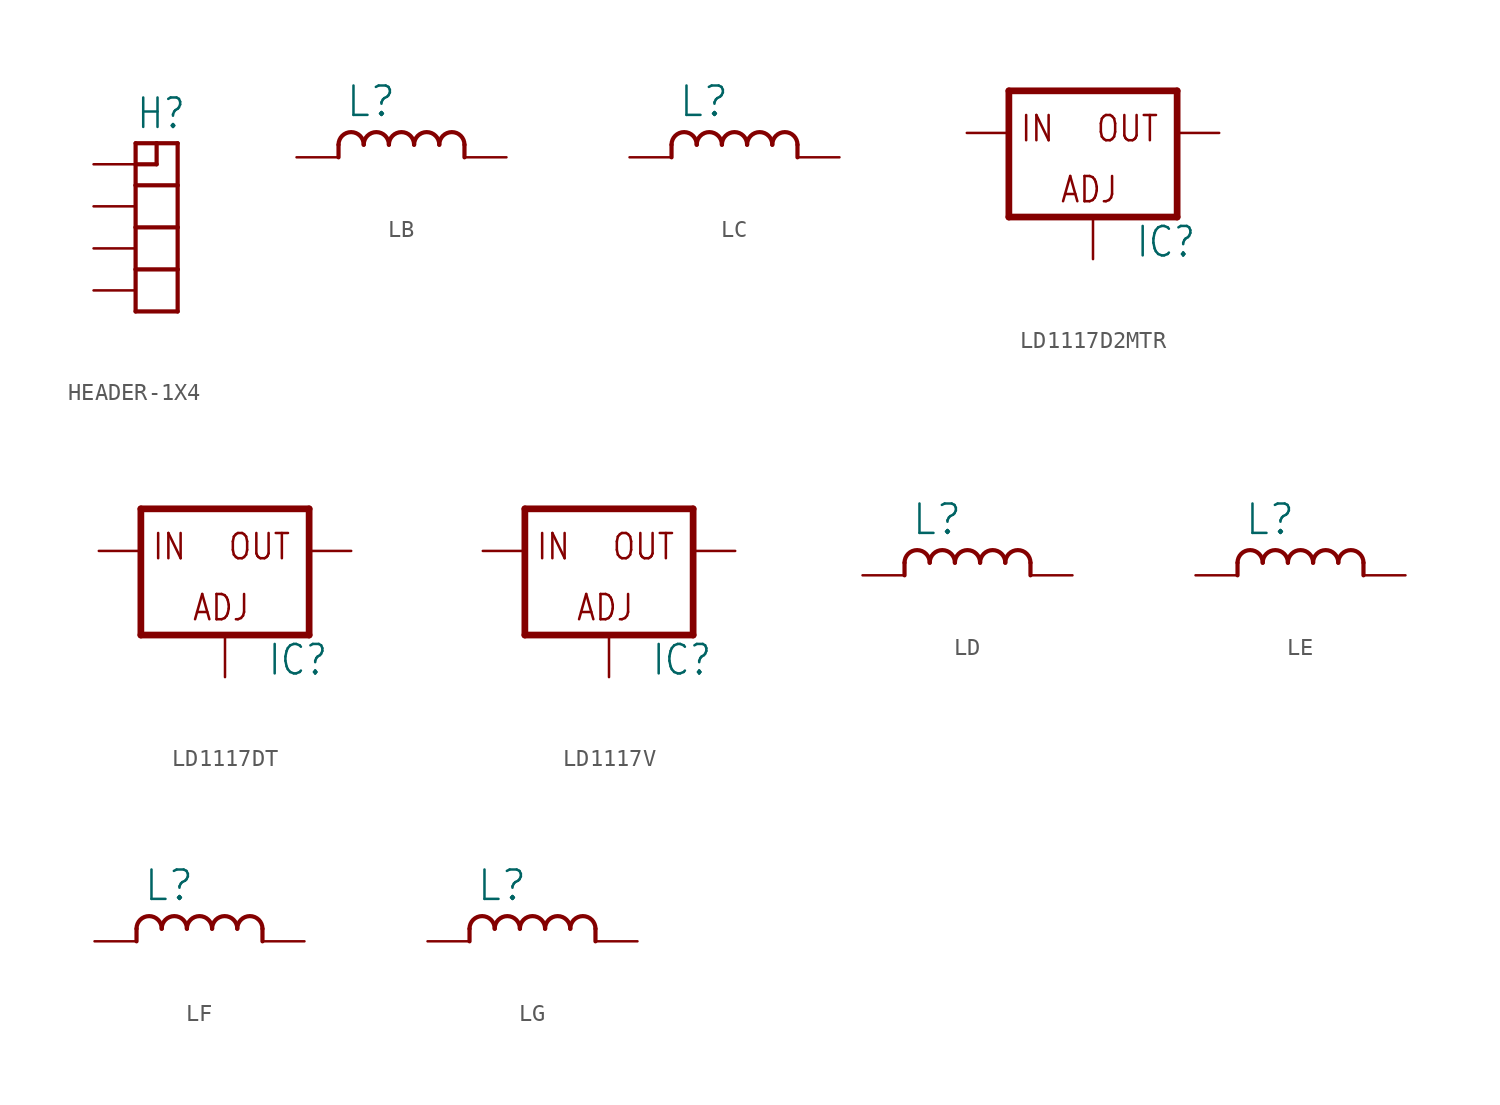
<source format=kicad_sym>
(kicad_symbol_lib
  (version 20231120)
  (generator "kicad_symbol_editor")
  (generator_version "8.0")
  (symbol "HEADER-1X4"
    (property "Reference" "H"
      (at 0 4.572 0)
      (effects (font (size 1.778 1.511)) (justify left bottom)))
    (property "Value" ""
      (at 0 -8.636 0)
      (effects (font (size 1.778 1.511)) (justify left bottom)))
    (property "ki_locked" ""
      (at 0 0 0)
      (effects (font (size 1.27 1.27))))
    (symbol "HEADER-1X4_1_0"
      (polyline (pts (xy 0 -6.35) (xy 0 -3.81)) (stroke (width 0.254) (type solid)) (fill (type none)))
      (polyline (pts (xy 0 -3.81) (xy 0 -1.27)) (stroke (width 0.254) (type solid)) (fill (type none)))
      (polyline (pts (xy 0 -1.27) (xy 2.54 -1.27)) (stroke (width 0.254) (type solid)) (fill (type none)))
      (polyline (pts (xy 0 1.27) (xy 0 -1.27)) (stroke (width 0.254) (type solid)) (fill (type none)))
      (polyline (pts (xy 0 2.54) (xy 0 1.27)) (stroke (width 0.254) (type solid)) (fill (type none)))
      (polyline (pts (xy 0 2.54) (xy 1.27 2.54)) (stroke (width 0.254) (type solid)) (fill (type none)))
      (polyline (pts (xy 0 3.81) (xy 0 2.54)) (stroke (width 0.254) (type solid)) (fill (type none)))
      (polyline (pts (xy 1.27 2.54) (xy 1.27 3.81)) (stroke (width 0.254) (type solid)) (fill (type none)))
      (polyline (pts (xy 1.27 3.81) (xy 0 3.81)) (stroke (width 0.254) (type solid)) (fill (type none)))
      (polyline (pts (xy 2.54 -6.35) (xy 0 -6.35)) (stroke (width 0.254) (type solid)) (fill (type none)))
      (polyline (pts (xy 2.54 -3.81) (xy 0 -3.81)) (stroke (width 0.254) (type solid)) (fill (type none)))
      (polyline (pts (xy 2.54 -3.81) (xy 2.54 -6.35)) (stroke (width 0.254) (type solid)) (fill (type none)))
      (polyline (pts (xy 2.54 -1.27) (xy 2.54 -3.81)) (stroke (width 0.254) (type solid)) (fill (type none)))
      (polyline (pts (xy 2.54 1.27) (xy 0 1.27)) (stroke (width 0.254) (type solid)) (fill (type none)))
      (polyline (pts (xy 2.54 1.27) (xy 2.54 -1.27)) (stroke (width 0.254) (type solid)) (fill (type none)))
      (polyline (pts (xy 2.54 3.81) (xy 1.27 3.81)) (stroke (width 0.254) (type solid)) (fill (type none)))
      (polyline (pts (xy 2.54 3.81) (xy 2.54 1.27)) (stroke (width 0.254) (type solid)) (fill (type none)))
      (pin bidirectional line (at -2.54 2.54 0) (length 2.54) (name "P$1" (effects (font (size 0 0)))) (number "P$1" (effects (font (size 0 0)))))
      (pin bidirectional line (at -2.54 0 0) (length 2.54) (name "P$2" (effects (font (size 0 0)))) (number "P$2" (effects (font (size 0 0)))))
      (pin bidirectional line (at -2.54 -2.54 0) (length 2.54) (name "P$3" (effects (font (size 0 0)))) (number "P$3" (effects (font (size 0 0)))))
      (pin bidirectional line (at -2.54 -5.08 0) (length 2.54) (name "P$4" (effects (font (size 0 0)))) (number "P$4" (effects (font (size 0 0)))))))
  (symbol "LB"
    (property "Reference" "L"
      (at -2.159 2.34 0)
      (effects (font (size 1.778 1.778)) (justify left bottom)))
    (property "Value" ""
      (at -2.794 -2.54 0)
      (effects (font (size 1.778 1.778)) (justify left bottom)))
    (property "ki_locked" ""
      (at 0 0 0)
      (effects (font (size 1.27 1.27))))
    (symbol "LB_1_0"
      (arc (start -1.016 0.7618) (mid -1.7779 1.5239) (end -2.54 0.762) (stroke (width 0.254) (type solid)) (fill (type none)))
      (polyline (pts (xy -2.54 0.762) (xy -2.54 0)) (stroke (width 0.254) (type solid)) (fill (type none)))
      (polyline (pts (xy 5.08 0.762) (xy 5.08 0)) (stroke (width 0.254) (type solid)) (fill (type none)))
      (arc (start 0.508 0.7618) (mid -0.2539 1.5239) (end -1.016 0.762) (stroke (width 0.254) (type solid)) (fill (type none)))
      (arc (start 2.032 0.7618) (mid 1.2701 1.5239) (end 0.508 0.762) (stroke (width 0.254) (type solid)) (fill (type none)))
      (arc (start 3.556 0.7618) (mid 2.7941 1.5239) (end 2.032 0.762) (stroke (width 0.254) (type solid)) (fill (type none)))
      (arc (start 5.08 0.7618) (mid 4.3181 1.5239) (end 3.556 0.762) (stroke (width 0.254) (type solid)) (fill (type none)))
      (pin passive line (at -5.08 0 0) (length 2.54) (name "1" (effects (font (size 0 0)))) (number "1" (effects (font (size 0 0)))))
      (pin passive line (at 7.62 0 180) (length 2.54) (name "4" (effects (font (size 0 0)))) (number "2" (effects (font (size 0 0)))))))
  (symbol "LC"
    (property "Reference" "L"
      (at -2.159 2.34 0)
      (effects (font (size 1.778 1.778)) (justify left bottom)))
    (property "Value" ""
      (at -2.794 -2.54 0)
      (effects (font (size 1.778 1.778)) (justify left bottom)))
    (property "ki_locked" ""
      (at 0 0 0)
      (effects (font (size 1.27 1.27))))
    (symbol "LC_1_0"
      (arc (start -1.016 0.7618) (mid -1.7779 1.5239) (end -2.54 0.762) (stroke (width 0.254) (type solid)) (fill (type none)))
      (polyline (pts (xy -2.54 0.762) (xy -2.54 0)) (stroke (width 0.254) (type solid)) (fill (type none)))
      (polyline (pts (xy 5.08 0.762) (xy 5.08 0)) (stroke (width 0.254) (type solid)) (fill (type none)))
      (arc (start 0.508 0.7618) (mid -0.2539 1.5239) (end -1.016 0.762) (stroke (width 0.254) (type solid)) (fill (type none)))
      (arc (start 2.032 0.7618) (mid 1.2701 1.5239) (end 0.508 0.762) (stroke (width 0.254) (type solid)) (fill (type none)))
      (arc (start 3.556 0.7618) (mid 2.7941 1.5239) (end 2.032 0.762) (stroke (width 0.254) (type solid)) (fill (type none)))
      (arc (start 5.08 0.7618) (mid 4.3181 1.5239) (end 3.556 0.762) (stroke (width 0.254) (type solid)) (fill (type none)))
      (pin passive line (at -5.08 0 0) (length 2.54) (name "1" (effects (font (size 0 0)))) (number "1" (effects (font (size 0 0)))))
      (pin passive line (at 7.62 0 180) (length 2.54) (name "4" (effects (font (size 0 0)))) (number "2" (effects (font (size 0 0)))))))
  (symbol "LD1117D2MTR"
    (property "Reference" "IC"
      (at 2.54 -7.62 0)
      (effects (font (size 1.778 1.511)) (justify left bottom)))
    (property "Value" ""
      (at 2.54 -10.16 0)
      (effects (font (size 1.778 1.511)) (justify left bottom)))
    (property "ki_locked" ""
      (at 0 0 0)
      (effects (font (size 1.27 1.27))))
    (symbol "LD1117D2MTR_1_0"
      (polyline (pts (xy -5.08 -5.08) (xy 5.08 -5.08)) (stroke (width 0.406) (type solid)) (fill (type none)))
      (polyline (pts (xy -5.08 2.54) (xy -5.08 -5.08)) (stroke (width 0.406) (type solid)) (fill (type none)))
      (polyline (pts (xy 5.08 -5.08) (xy 5.08 2.54)) (stroke (width 0.406) (type solid)) (fill (type none)))
      (polyline (pts (xy 5.08 2.54) (xy -5.08 2.54)) (stroke (width 0.406) (type solid)) (fill (type none)))
      (text "ADJ" (at -2.032 -4.318 0) (effects (font (size 1.524 1.295)) (justify left bottom)))
      (text "IN" (at -4.445 -0.635 0) (effects (font (size 1.524 1.295)) (justify left bottom)))
      (text "OUT" (at 0.127 -0.635 0) (effects (font (size 1.524 1.295)) (justify left bottom)))
      (pin input line (at 0 -7.62 90) (length 2.54) (name "ADJ" (effects (font (size 0 0)))) (number "1" (effects (font (size 0 0)))))
      (pin passive line (at 7.62 0 180) (length 2.54) (name "OUT" (effects (font (size 0 0)))) (number "2" (effects (font (size 0 0)))))
      (pin input line (at -7.62 0 0) (length 2.54) (name "IN" (effects (font (size 0 0)))) (number "3" (effects (font (size 0 0)))))))
  (symbol "LD1117DT"
    (property "Reference" "IC"
      (at 2.54 -7.62 0)
      (effects (font (size 1.778 1.511)) (justify left bottom)))
    (property "Value" ""
      (at 2.54 -10.16 0)
      (effects (font (size 1.778 1.511)) (justify left bottom)))
    (property "ki_locked" ""
      (at 0 0 0)
      (effects (font (size 1.27 1.27))))
    (symbol "LD1117DT_1_0"
      (polyline (pts (xy -5.08 -5.08) (xy 5.08 -5.08)) (stroke (width 0.406) (type solid)) (fill (type none)))
      (polyline (pts (xy -5.08 2.54) (xy -5.08 -5.08)) (stroke (width 0.406) (type solid)) (fill (type none)))
      (polyline (pts (xy 5.08 -5.08) (xy 5.08 2.54)) (stroke (width 0.406) (type solid)) (fill (type none)))
      (polyline (pts (xy 5.08 2.54) (xy -5.08 2.54)) (stroke (width 0.406) (type solid)) (fill (type none)))
      (text "ADJ" (at -2.032 -4.318 0) (effects (font (size 1.524 1.295)) (justify left bottom)))
      (text "IN" (at -4.445 -0.635 0) (effects (font (size 1.524 1.295)) (justify left bottom)))
      (text "OUT" (at 0.127 -0.635 0) (effects (font (size 1.524 1.295)) (justify left bottom)))
      (pin input line (at 0 -7.62 90) (length 2.54) (name "ADJ" (effects (font (size 0 0)))) (number "1" (effects (font (size 0 0)))))
      (pin input line (at -7.62 0 0) (length 2.54) (name "IN" (effects (font (size 0 0)))) (number "3" (effects (font (size 0 0)))))
      (pin passive line (at 7.62 0 180) (length 2.54) (name "OUT" (effects (font (size 0 0)))) (number "4" (effects (font (size 0 0)))))))
  (symbol "LD1117V"
    (property "Reference" "IC"
      (at 2.54 -7.62 0)
      (effects (font (size 1.778 1.511)) (justify left bottom)))
    (property "Value" ""
      (at 2.54 -10.16 0)
      (effects (font (size 1.778 1.511)) (justify left bottom)))
    (property "ki_locked" ""
      (at 0 0 0)
      (effects (font (size 1.27 1.27))))
    (symbol "LD1117V_1_0"
      (polyline (pts (xy -5.08 -5.08) (xy 5.08 -5.08)) (stroke (width 0.406) (type solid)) (fill (type none)))
      (polyline (pts (xy -5.08 2.54) (xy -5.08 -5.08)) (stroke (width 0.406) (type solid)) (fill (type none)))
      (polyline (pts (xy 5.08 -5.08) (xy 5.08 2.54)) (stroke (width 0.406) (type solid)) (fill (type none)))
      (polyline (pts (xy 5.08 2.54) (xy -5.08 2.54)) (stroke (width 0.406) (type solid)) (fill (type none)))
      (text "ADJ" (at -2.032 -4.318 0) (effects (font (size 1.524 1.295)) (justify left bottom)))
      (text "IN" (at -4.445 -0.635 0) (effects (font (size 1.524 1.295)) (justify left bottom)))
      (text "OUT" (at 0.127 -0.635 0) (effects (font (size 1.524 1.295)) (justify left bottom)))
      (pin input line (at 0 -7.62 90) (length 2.54) (name "ADJ" (effects (font (size 0 0)))) (number "1" (effects (font (size 0 0)))))
      (pin passive line (at 7.62 0 180) (length 2.54) (name "OUT" (effects (font (size 0 0)))) (number "2" (effects (font (size 0 0)))))
      (pin input line (at -7.62 0 0) (length 2.54) (name "IN" (effects (font (size 0 0)))) (number "3" (effects (font (size 0 0)))))))
  (symbol "LD"
    (property "Reference" "L"
      (at -2.159 2.34 0)
      (effects (font (size 1.778 1.778)) (justify left bottom)))
    (property "Value" ""
      (at -2.794 -2.54 0)
      (effects (font (size 1.778 1.778)) (justify left bottom)))
    (property "ki_locked" ""
      (at 0 0 0)
      (effects (font (size 1.27 1.27))))
    (symbol "LD_1_0"
      (arc (start -1.016 0.7618) (mid -1.7779 1.5239) (end -2.54 0.762) (stroke (width 0.254) (type solid)) (fill (type none)))
      (polyline (pts (xy -2.54 0.762) (xy -2.54 0)) (stroke (width 0.254) (type solid)) (fill (type none)))
      (polyline (pts (xy 5.08 0.762) (xy 5.08 0)) (stroke (width 0.254) (type solid)) (fill (type none)))
      (arc (start 0.508 0.7618) (mid -0.2539 1.5239) (end -1.016 0.762) (stroke (width 0.254) (type solid)) (fill (type none)))
      (arc (start 2.032 0.7618) (mid 1.2701 1.5239) (end 0.508 0.762) (stroke (width 0.254) (type solid)) (fill (type none)))
      (arc (start 3.556 0.7618) (mid 2.7941 1.5239) (end 2.032 0.762) (stroke (width 0.254) (type solid)) (fill (type none)))
      (arc (start 5.08 0.7618) (mid 4.3181 1.5239) (end 3.556 0.762) (stroke (width 0.254) (type solid)) (fill (type none)))
      (pin passive line (at -5.08 0 0) (length 2.54) (name "1" (effects (font (size 0 0)))) (number "1" (effects (font (size 0 0)))))
      (pin passive line (at 7.62 0 180) (length 2.54) (name "4" (effects (font (size 0 0)))) (number "2" (effects (font (size 0 0)))))))
  (symbol "LE"
    (property "Reference" "L"
      (at -2.159 2.34 0)
      (effects (font (size 1.778 1.778)) (justify left bottom)))
    (property "Value" ""
      (at -2.794 -2.54 0)
      (effects (font (size 1.778 1.778)) (justify left bottom)))
    (property "ki_locked" ""
      (at 0 0 0)
      (effects (font (size 1.27 1.27))))
    (symbol "LE_1_0"
      (arc (start -1.016 0.7618) (mid -1.7779 1.5239) (end -2.54 0.762) (stroke (width 0.254) (type solid)) (fill (type none)))
      (polyline (pts (xy -2.54 0.762) (xy -2.54 0)) (stroke (width 0.254) (type solid)) (fill (type none)))
      (polyline (pts (xy 5.08 0.762) (xy 5.08 0)) (stroke (width 0.254) (type solid)) (fill (type none)))
      (arc (start 0.508 0.7618) (mid -0.2539 1.5239) (end -1.016 0.762) (stroke (width 0.254) (type solid)) (fill (type none)))
      (arc (start 2.032 0.7618) (mid 1.2701 1.5239) (end 0.508 0.762) (stroke (width 0.254) (type solid)) (fill (type none)))
      (arc (start 3.556 0.7618) (mid 2.7941 1.5239) (end 2.032 0.762) (stroke (width 0.254) (type solid)) (fill (type none)))
      (arc (start 5.08 0.7618) (mid 4.3181 1.5239) (end 3.556 0.762) (stroke (width 0.254) (type solid)) (fill (type none)))
      (pin passive line (at -5.08 0 0) (length 2.54) (name "1" (effects (font (size 0 0)))) (number "P$1" (effects (font (size 0 0)))))
      (pin passive line (at 7.62 0 180) (length 2.54) (name "4" (effects (font (size 0 0)))) (number "P$2" (effects (font (size 0 0)))))))
  (symbol "LF"
    (property "Reference" "L"
      (at -2.159 2.34 0)
      (effects (font (size 1.778 1.778)) (justify left bottom)))
    (property "Value" ""
      (at -2.794 -2.54 0)
      (effects (font (size 1.778 1.778)) (justify left bottom)))
    (property "ki_locked" ""
      (at 0 0 0)
      (effects (font (size 1.27 1.27))))
    (symbol "LF_1_0"
      (arc (start -1.016 0.7618) (mid -1.7779 1.5239) (end -2.54 0.762) (stroke (width 0.254) (type solid)) (fill (type none)))
      (polyline (pts (xy -2.54 0.762) (xy -2.54 0)) (stroke (width 0.254) (type solid)) (fill (type none)))
      (polyline (pts (xy 5.08 0.762) (xy 5.08 0)) (stroke (width 0.254) (type solid)) (fill (type none)))
      (arc (start 0.508 0.7618) (mid -0.2539 1.5239) (end -1.016 0.762) (stroke (width 0.254) (type solid)) (fill (type none)))
      (arc (start 2.032 0.7618) (mid 1.2701 1.5239) (end 0.508 0.762) (stroke (width 0.254) (type solid)) (fill (type none)))
      (arc (start 3.556 0.7618) (mid 2.7941 1.5239) (end 2.032 0.762) (stroke (width 0.254) (type solid)) (fill (type none)))
      (arc (start 5.08 0.7618) (mid 4.3181 1.5239) (end 3.556 0.762) (stroke (width 0.254) (type solid)) (fill (type none)))
      (pin passive line (at -5.08 0 0) (length 2.54) (name "1" (effects (font (size 0 0)))) (number "1" (effects (font (size 0 0)))))
      (pin passive line (at 7.62 0 180) (length 2.54) (name "4" (effects (font (size 0 0)))) (number "2" (effects (font (size 0 0)))))))
  (symbol "LG"
    (property "Reference" "L"
      (at -2.159 2.34 0)
      (effects (font (size 1.778 1.778)) (justify left bottom)))
    (property "Value" ""
      (at -2.794 -2.54 0)
      (effects (font (size 1.778 1.778)) (justify left bottom)))
    (property "ki_locked" ""
      (at 0 0 0)
      (effects (font (size 1.27 1.27))))
    (symbol "LG_1_0"
      (arc (start -1.016 0.7618) (mid -1.7779 1.5239) (end -2.54 0.762) (stroke (width 0.254) (type solid)) (fill (type none)))
      (polyline (pts (xy -2.54 0.762) (xy -2.54 0)) (stroke (width 0.254) (type solid)) (fill (type none)))
      (polyline (pts (xy 5.08 0.762) (xy 5.08 0)) (stroke (width 0.254) (type solid)) (fill (type none)))
      (arc (start 0.508 0.7618) (mid -0.2539 1.5239) (end -1.016 0.762) (stroke (width 0.254) (type solid)) (fill (type none)))
      (arc (start 2.032 0.7618) (mid 1.2701 1.5239) (end 0.508 0.762) (stroke (width 0.254) (type solid)) (fill (type none)))
      (arc (start 3.556 0.7618) (mid 2.7941 1.5239) (end 2.032 0.762) (stroke (width 0.254) (type solid)) (fill (type none)))
      (arc (start 5.08 0.7618) (mid 4.3181 1.5239) (end 3.556 0.762) (stroke (width 0.254) (type solid)) (fill (type none)))
      (pin passive line (at -5.08 0 0) (length 2.54) (name "1" (effects (font (size 0 0)))) (number "1" (effects (font (size 0 0)))))
      (pin passive line (at 7.62 0 180) (length 2.54) (name "4" (effects (font (size 0 0)))) (number "2" (effects (font (size 0 0))))))))
</source>
